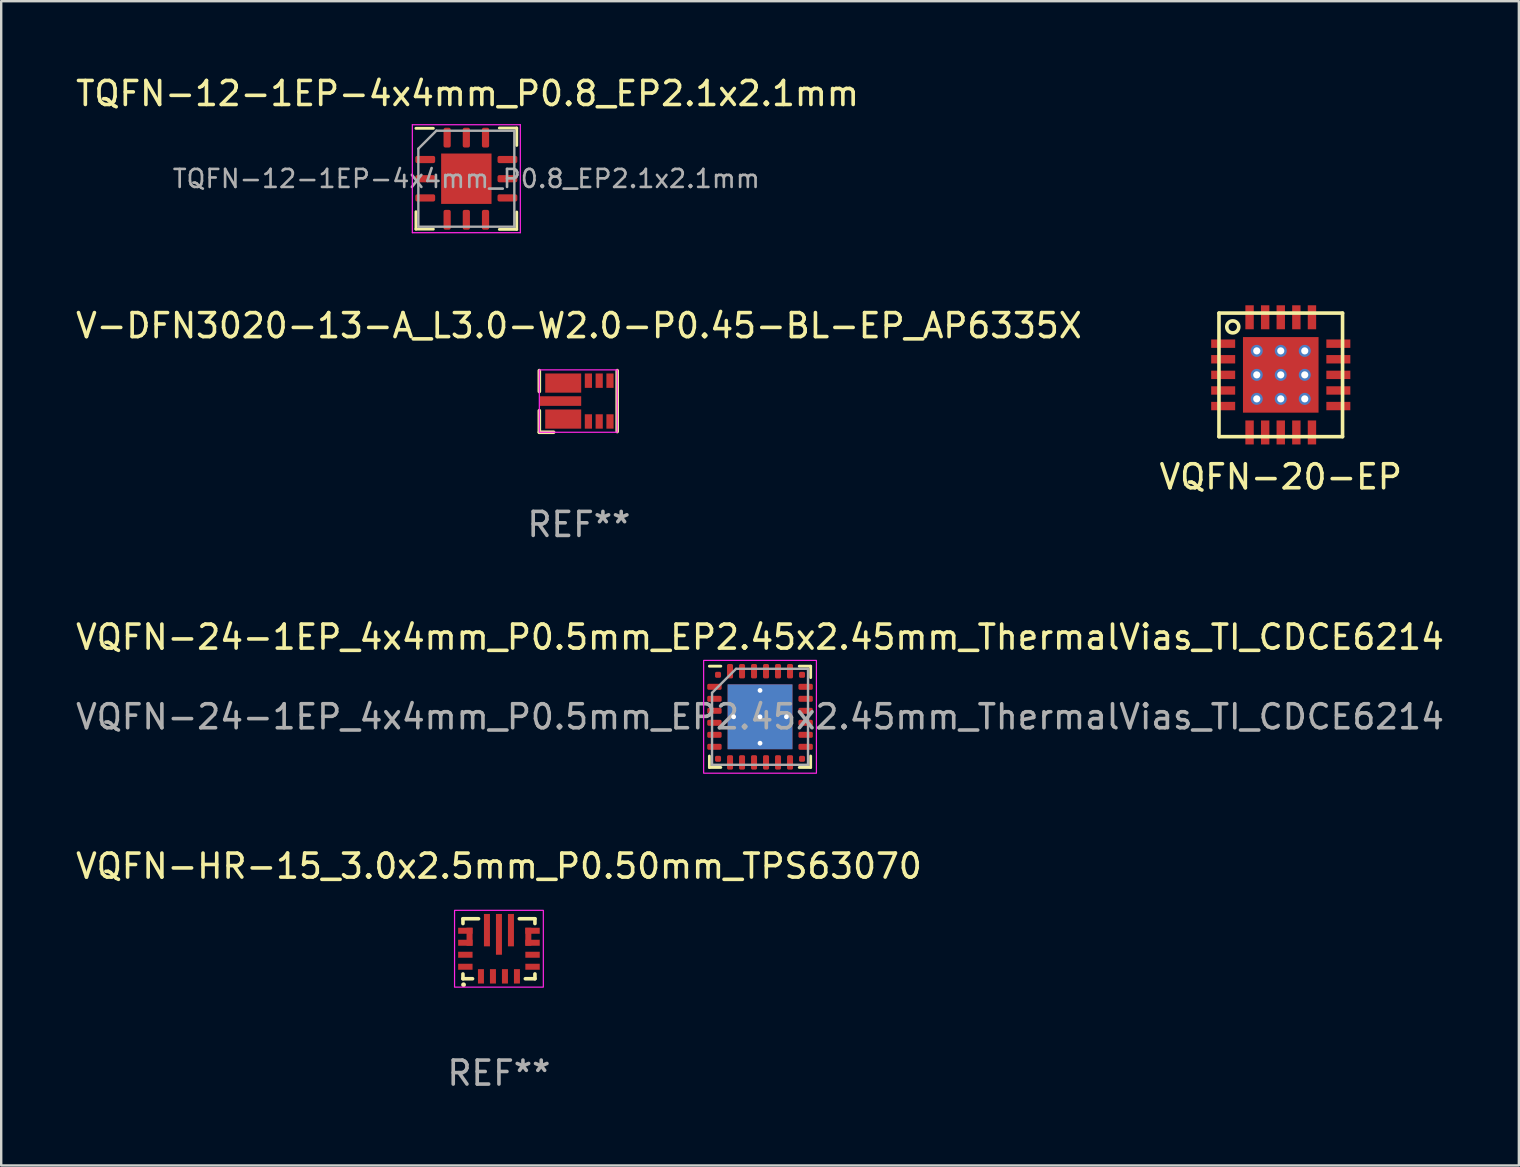
<source format=kicad_pcb>
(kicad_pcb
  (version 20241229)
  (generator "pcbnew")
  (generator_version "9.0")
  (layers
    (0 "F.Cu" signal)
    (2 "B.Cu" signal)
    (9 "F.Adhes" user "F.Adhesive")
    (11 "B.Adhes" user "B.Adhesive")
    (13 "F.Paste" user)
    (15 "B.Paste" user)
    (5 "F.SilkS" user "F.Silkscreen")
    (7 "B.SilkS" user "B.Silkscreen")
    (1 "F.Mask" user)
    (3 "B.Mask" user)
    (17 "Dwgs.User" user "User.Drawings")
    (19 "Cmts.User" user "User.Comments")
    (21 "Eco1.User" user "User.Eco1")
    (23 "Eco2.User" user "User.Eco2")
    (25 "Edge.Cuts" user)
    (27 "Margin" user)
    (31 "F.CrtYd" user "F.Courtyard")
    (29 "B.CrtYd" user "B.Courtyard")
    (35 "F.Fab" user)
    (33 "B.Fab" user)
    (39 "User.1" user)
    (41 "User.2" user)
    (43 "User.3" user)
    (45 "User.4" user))
  (footprint "V-DFN3020-13-A_L3.0-W2.0-P0.45-BL-EP_AP6335X"
    (layer "F.Cu")
    (at 21.322 13.665)
    (property "Reference" "V-DFN3020-13-A_L3.0-W2.0-P0.45-BL-EP_AP6335X" (at -0.245 -3.143 0) (layer "F.SilkS") (effects (font (size 1 1) (thickness 0.15))))
    (attr smd)
    (fp_line (start -1.895 -1.27) (end -1.895 -0.4) (stroke (width 0.15) (type solid)) (layer "F.SilkS"))
    (fp_line (start -1.895 0.4) (end -1.895 1.3) (stroke (width 0.15) (type solid)) (layer "F.SilkS"))
    (fp_line (start -1.3 1.3) (end -1.895 1.3) (stroke (width 0.15) (type solid)) (layer "F.SilkS"))
    (fp_line (start 1.35 -1.27) (end 1.35 1.27) (stroke (width 0.15) (type solid)) (layer "F.SilkS"))
    (fp_rect (start -1.895 -1.3) (end 1.35 1.3) (stroke (width 0.05) (type solid)) (fill no) (layer "F.CrtYd"))
    (fp_text user "REF**" (at -0.245 5.143 0) (layer "F.Fab") (effects (font (size 1 1) (thickness 0.15))))
    (pad "1" smd rect (at -0.9 0.75) (size 1.5 0.8) (layers "F.Cu" "F.Mask" "F.Paste"))
    (pad "2" smd rect (at 0.15 0.85) (size 0.3 0.6) (layers "F.Cu" "F.Mask" "F.Paste"))
    (pad "3" smd rect (at 0.6 0.85) (size 0.3 0.6) (layers "F.Cu" "F.Mask" "F.Paste"))
    (pad "4" smd rect (at 1.05 0.85) (size 0.3 0.6) (layers "F.Cu" "F.Mask" "F.Paste"))
    (pad "5" smd rect (at 1.05 -0.85) (size 0.3 0.6) (layers "F.Cu" "F.Mask" "F.Paste"))
    (pad "6" smd rect (at 0.6 -0.85) (size 0.3 0.6) (layers "F.Cu" "F.Mask" "F.Paste"))
    (pad "7" smd rect (at 0.15 -0.85) (size 0.3 0.6) (layers "F.Cu" "F.Mask" "F.Paste"))
    (pad "8" smd rect (at -0.9 -0.75) (size 1.5 0.8) (layers "F.Cu" "F.Mask" "F.Paste"))
    (pad "9" smd rect (at -1.015 0) (size 1.73 0.4) (layers "F.Cu" "F.Mask" "F.Paste")))
  (footprint "VQFN-HR-15_3.0x2.5mm_P0.50mm_TPS63070"
    (layer "F.Cu")
    (at 17.744 36.49)
    (property "Reference" "VQFN-HR-15_3.0x2.5mm_P0.50mm_TPS63070" (at -0.000025 -3.443 0) (layer "F.SilkS") (effects (font (size 1 1) (thickness 0.15))))
    (attr smd)
    (fp_line (start -1.5 -1.05) (end -1.5 -1.25) (stroke (width 0.15) (type solid)) (layer "F.SilkS"))
    (fp_line (start -1.5 1.05) (end -1.5 1.25) (stroke (width 0.15) (type solid)) (layer "F.SilkS"))
    (fp_line (start -1.5 1.25) (end -1.1 1.25) (stroke (width 0.15) (type solid)) (layer "F.SilkS"))
    (fp_line (start -0.85 -1.25) (end -1.5 -1.25) (stroke (width 0.15) (type solid)) (layer "F.SilkS"))
    (fp_line (start 1.1 1.25) (end 1.5 1.25) (stroke (width 0.15) (type solid)) (layer "F.SilkS"))
    (fp_line (start 1.5 -1.25) (end 0.85 -1.25) (stroke (width 0.15) (type solid)) (layer "F.SilkS"))
    (fp_line (start 1.5 -1.05) (end 1.5 -1.25) (stroke (width 0.15) (type solid)) (layer "F.SilkS"))
    (fp_line (start 1.5 1.25) (end 1.5 1.05) (stroke (width 0.15) (type solid)) (layer "F.SilkS"))
    (fp_circle (center -1.475 1.5) (end -1.425 1.5) (stroke (width 0.1) (type solid)) (fill no) (layer "F.SilkS"))
    (fp_rect (start -1.85 -1.6) (end 1.85 1.6) (stroke (width 0.05) (type solid)) (fill no) (layer "F.CrtYd"))
    (fp_text user "REF**" (at -0.000025 5.184 0) (layer "F.Fab") (effects (font (size 1 1) (thickness 0.15))))
    (pad "1" smd rect (at -0.75 1.15 180) (size 0.25 0.6) (layers "F.Cu" "F.Mask" "F.Paste"))
    (pad "2" smd rect (at -0.25 1.15 180) (size 0.25 0.6) (layers "F.Cu" "F.Mask" "F.Paste"))
    (pad "3" smd rect (at 0.25 1.15 180) (size 0.25 0.6) (layers "F.Cu" "F.Mask" "F.Paste"))
    (pad "4" smd rect (at 0.75 1.15 180) (size 0.25 0.6) (layers "F.Cu" "F.Mask" "F.Paste"))
    (pad "5" smd rect (at 1.4 0.75 270) (size 0.25 0.6) (layers "F.Cu" "F.Mask" "F.Paste"))
    (pad "6" smd rect (at 1.4 0.25 270) (size 0.25 0.6) (layers "F.Cu" "F.Mask" "F.Paste"))
    (pad "7" smd rect (at 1.4 -0.25 270) (size 0.25 0.6) (layers "F.Cu" "F.Mask" "F.Paste"))
    (pad "8" smd rect (at 1.225 -0.5 90) (size 0.75 0.25) (layers "F.Cu" "F.Mask" "F.Paste"))
    (pad "8" smd rect (at 1.4 -0.75 270) (size 0.25 0.6) (layers "F.Cu" "F.Mask" "F.Paste"))
    (pad "9" smd rect (at 0.5 -0.775) (size 0.25 1.35) (layers "F.Cu" "F.Mask" "F.Paste"))
    (pad "10" smd rect (at 0 -0.6) (size 0.25 1.7) (layers "F.Cu" "F.Mask" "F.Paste"))
    (pad "11" smd rect (at -0.5 -0.775) (size 0.25 1.35) (layers "F.Cu" "F.Mask" "F.Paste"))
    (pad "12" smd rect (at -1.4 -0.75 90) (size 0.25 0.6) (layers "F.Cu" "F.Mask" "F.Paste"))
    (pad "12" smd rect (at -1.225 -0.5 90) (size 0.75 0.25) (layers "F.Cu" "F.Mask" "F.Paste"))
    (pad "13" smd rect (at -1.4 -0.25 90) (size 0.25 0.6) (layers "F.Cu" "F.Mask" "F.Paste"))
    (pad "14" smd rect (at -1.4 0.25 90) (size 0.25 0.6) (layers "F.Cu" "F.Mask" "F.Paste"))
    (pad "15" smd rect (at -1.4 0.75 90) (size 0.25 0.6) (layers "F.Cu" "F.Mask" "F.Paste")))
  (footprint "VQFN-20-EP"
    (layer "F.Cu")
    (at 50.327 12.573)
    (property "Reference" "VQFN-20-EP" (at 0 4.25 0) (layer "F.SilkS") (effects (font (size 1 1) (thickness 0.15))))
    (attr smd)
    (fp_line (start -2.575 -2.575) (end -2.575 2.575) (stroke (width 0.15) (type solid)) (layer "F.SilkS"))
    (fp_line (start -2.575 -2.575) (end 2.575 -2.575) (stroke (width 0.15) (type solid)) (layer "F.SilkS"))
    (fp_line (start -2.575 2.575) (end 2.575 2.575) (stroke (width 0.15) (type solid)) (layer "F.SilkS"))
    (fp_line (start 2.575 -2.575) (end 2.575 2.575) (stroke (width 0.15) (type solid)) (layer "F.SilkS"))
    (fp_circle (center -2 -2) (end -1.75 -2) (stroke (width 0.15) (type solid)) (fill no) (layer "F.SilkS"))
    (pad "1" smd rect (at -2.4 -1.3) (size 1 0.35) (layers "F.Cu" "F.Mask" "F.Paste"))
    (pad "2" smd rect (at -2.4 -0.65) (size 1 0.35) (layers "F.Cu" "F.Mask" "F.Paste"))
    (pad "3" smd rect (at -2.4 0) (size 1 0.35) (layers "F.Cu" "F.Mask" "F.Paste"))
    (pad "4" smd rect (at -2.4 0.65) (size 1 0.35) (layers "F.Cu" "F.Mask" "F.Paste"))
    (pad "5" smd rect (at -2.4 1.3) (size 1 0.35) (layers "F.Cu" "F.Mask" "F.Paste"))
    (pad "6" smd rect (at -1.3 2.4 90) (size 1 0.35) (layers "F.Cu" "F.Mask" "F.Paste"))
    (pad "7" smd rect (at -0.65 2.4 90) (size 1 0.35) (layers "F.Cu" "F.Mask" "F.Paste"))
    (pad "8" smd rect (at 0 2.4 90) (size 1 0.35) (layers "F.Cu" "F.Mask" "F.Paste"))
    (pad "9" smd rect (at 0.65 2.4 90) (size 1 0.35) (layers "F.Cu" "F.Mask" "F.Paste"))
    (pad "10" smd rect (at 1.3 2.4 90) (size 1 0.35) (layers "F.Cu" "F.Mask" "F.Paste"))
    (pad "11" smd rect (at 2.4 1.3) (size 1 0.35) (layers "F.Cu" "F.Mask" "F.Paste"))
    (pad "12" smd rect (at 2.4 0.65) (size 1 0.35) (layers "F.Cu" "F.Mask" "F.Paste"))
    (pad "13" smd rect (at 2.4 0) (size 1 0.35) (layers "F.Cu" "F.Mask" "F.Paste"))
    (pad "14" smd rect (at 2.4 -0.65) (size 1 0.35) (layers "F.Cu" "F.Mask" "F.Paste"))
    (pad "15" smd rect (at 2.4 -1.3) (size 1 0.35) (layers "F.Cu" "F.Mask" "F.Paste"))
    (pad "16" smd rect (at 1.3 -2.4 90) (size 1 0.35) (layers "F.Cu" "F.Mask" "F.Paste"))
    (pad "17" smd rect (at 0.65 -2.4 90) (size 1 0.35) (layers "F.Cu" "F.Mask" "F.Paste"))
    (pad "18" smd rect (at 0 -2.4 90) (size 1 0.35) (layers "F.Cu" "F.Mask" "F.Paste"))
    (pad "19" smd rect (at -0.65 -2.4 90) (size 1 0.35) (layers "F.Cu" "F.Mask" "F.Paste"))
    (pad "20" smd rect (at -1.3 -2.4 90) (size 1 0.35) (layers "F.Cu" "F.Mask" "F.Paste"))
    (pad "21" thru_hole circle (at -1 -1) (size 0.5 0.5) (drill 0.3) (layers "*.Cu" "*.Mask"))
    (pad "21" thru_hole circle (at -1 0) (size 0.5 0.5) (drill 0.3) (layers "*.Cu" "*.Mask"))
    (pad "21" thru_hole circle (at -1 1) (size 0.5 0.5) (drill 0.3) (layers "*.Cu" "*.Mask"))
    (pad "21" thru_hole circle (at 0 -1) (size 0.5 0.5) (drill 0.3) (layers "*.Cu" "*.Mask"))
    (pad "21" thru_hole circle (at 0 0) (size 0.5 0.5) (drill 0.3) (layers "*.Cu" "*.Mask"))
    (pad "21" smd rect (at 0 0) (size 3.15 3.15) (layers "F.Cu" "F.Mask" "F.Paste"))
    (pad "21" thru_hole circle (at 0 1) (size 0.5 0.5) (drill 0.3) (layers "*.Cu" "*.Mask"))
    (pad "21" thru_hole circle (at 1 -1) (size 0.5 0.5) (drill 0.3) (layers "*.Cu" "*.Mask"))
    (pad "21" thru_hole circle (at 1 0) (size 0.5 0.5) (drill 0.3) (layers "*.Cu" "*.Mask"))
    (pad "21" thru_hole circle (at 1 1) (size 0.5 0.5) (drill 0.3) (layers "*.Cu" "*.Mask")))
  (footprint "VQFN-24-1EP_4x4mm_P0.5mm_EP2.45x2.45mm_ThermalVias_TI_CDCE6214"
    (layer "F.Cu")
    (at 28.625 26.824)
    (property "Reference" "VQFN-24-1EP_4x4mm_P0.5mm_EP2.45x2.45mm_ThermalVias_TI_CDCE6214" (at 0 -3.32 0) (layer "F.SilkS") (effects (font (size 1 1) (thickness 0.15))))
    (attr smd)
    (fp_line (start -2.11 2.11) (end -2.11 1.635) (stroke (width 0.12) (type solid)) (layer "F.SilkS"))
    (fp_line (start -1.635 -2.11) (end -2.11 -2.11) (stroke (width 0.12) (type solid)) (layer "F.SilkS"))
    (fp_line (start -1.635 2.11) (end -2.11 2.11) (stroke (width 0.12) (type solid)) (layer "F.SilkS"))
    (fp_line (start 1.635 -2.11) (end 2.11 -2.11) (stroke (width 0.12) (type solid)) (layer "F.SilkS"))
    (fp_line (start 1.635 2.11) (end 2.11 2.11) (stroke (width 0.12) (type solid)) (layer "F.SilkS"))
    (fp_line (start 2.11 -2.11) (end 2.11 -1.635) (stroke (width 0.12) (type solid)) (layer "F.SilkS"))
    (fp_line (start 2.11 2.11) (end 2.11 1.635) (stroke (width 0.12) (type solid)) (layer "F.SilkS"))
    (fp_rect (start -2.35 -2.35) (end 2.35 2.35) (stroke (width 0.05) (type solid)) (fill no) (layer "F.CrtYd"))
    (fp_line (start -2 -1) (end -1 -2) (stroke (width 0.1) (type solid)) (layer "F.Fab"))
    (fp_line (start -2 2) (end -2 -1) (stroke (width 0.1) (type solid)) (layer "F.Fab"))
    (fp_line (start -1 -2) (end 2 -2) (stroke (width 0.1) (type solid)) (layer "F.Fab"))
    (fp_line (start 2 -2) (end 2 2) (stroke (width 0.1) (type solid)) (layer "F.Fab"))
    (fp_line (start 2 2) (end -2 2) (stroke (width 0.1) (type solid)) (layer "F.Fab"))
    (fp_text user "${REFERENCE}" (at 0 0 0) (layer "F.Fab") (effects (font (size 1 1) (thickness 0.15))))
    (pad "" smd custom (at -0.487 -0.487) (size 0.756 0.756) (layers "F.Paste") (options (anchor circle)) (primitives (gr_poly (pts (xy 0.301 -0.175) (xy 0.301 0.175) (xy 0.175 0.301) (xy -0.175 0.301) (xy -0.301 0.175) (xy -0.301 -0.175) (xy -0.175 -0.301) (xy 0.175 -0.301)) (width 0.306) (fill yes))))
    (pad "" smd custom (at -0.487 0.487) (size 0.756 0.756) (layers "F.Paste") (options (anchor circle)) (primitives (gr_poly (pts (xy 0.301 -0.175) (xy 0.301 0.175) (xy 0.175 0.301) (xy -0.175 0.301) (xy -0.301 0.175) (xy -0.301 -0.175) (xy -0.175 -0.301) (xy 0.175 -0.301)) (width 0.306) (fill yes))))
    (pad "" smd custom (at 0.487 -0.487) (size 0.756 0.756) (layers "F.Paste") (options (anchor circle)) (primitives (gr_poly (pts (xy 0.301 -0.175) (xy 0.301 0.175) (xy 0.175 0.301) (xy -0.175 0.301) (xy -0.301 0.175) (xy -0.301 -0.175) (xy -0.175 -0.301) (xy 0.175 -0.301)) (width 0.306) (fill yes))))
    (pad "" smd custom (at 0.487 0.487) (size 0.756 0.756) (layers "F.Paste") (options (anchor circle)) (primitives (gr_poly (pts (xy 0.301 -0.175) (xy 0.301 0.175) (xy 0.175 0.301) (xy -0.175 0.301) (xy -0.301 0.175) (xy -0.301 -0.175) (xy -0.175 -0.301) (xy 0.175 -0.301)) (width 0.306) (fill yes))))
    (pad "1" smd roundrect (at -1.9 -1.25) (size 0.6 0.25) (layers "F.Cu" "F.Mask" "F.Paste") (roundrect_rratio 0.25))
    (pad "2" smd roundrect (at -1.9 -0.75) (size 0.6 0.25) (layers "F.Cu" "F.Mask" "F.Paste") (roundrect_rratio 0.25))
    (pad "3" smd roundrect (at -1.9 -0.25) (size 0.6 0.25) (layers "F.Cu" "F.Mask" "F.Paste") (roundrect_rratio 0.25))
    (pad "4" smd roundrect (at -1.9 0.25) (size 0.6 0.25) (layers "F.Cu" "F.Mask" "F.Paste") (roundrect_rratio 0.25))
    (pad "5" smd roundrect (at -1.9 0.75) (size 0.6 0.25) (layers "F.Cu" "F.Mask" "F.Paste") (roundrect_rratio 0.25))
    (pad "6" smd roundrect (at -1.9 1.25) (size 0.6 0.25) (layers "F.Cu" "F.Mask" "F.Paste") (roundrect_rratio 0.25))
    (pad "7" smd roundrect (at -1.25 1.9) (size 0.25 0.6) (layers "F.Cu" "F.Mask" "F.Paste") (roundrect_rratio 0.25))
    (pad "8" smd roundrect (at -0.75 1.9) (size 0.25 0.6) (layers "F.Cu" "F.Mask" "F.Paste") (roundrect_rratio 0.25))
    (pad "9" smd roundrect (at -0.25 1.9) (size 0.25 0.6) (layers "F.Cu" "F.Mask" "F.Paste") (roundrect_rratio 0.25))
    (pad "10" smd roundrect (at 0.25 1.9) (size 0.25 0.6) (layers "F.Cu" "F.Mask" "F.Paste") (roundrect_rratio 0.25))
    (pad "11" smd roundrect (at 0.75 1.9) (size 0.25 0.6) (layers "F.Cu" "F.Mask" "F.Paste") (roundrect_rratio 0.25))
    (pad "12" smd roundrect (at 1.25 1.9) (size 0.25 0.6) (layers "F.Cu" "F.Mask" "F.Paste") (roundrect_rratio 0.25))
    (pad "13" smd roundrect (at 1.9 1.25) (size 0.6 0.25) (layers "F.Cu" "F.Mask" "F.Paste") (roundrect_rratio 0.25))
    (pad "14" smd roundrect (at 1.9 0.75) (size 0.6 0.25) (layers "F.Cu" "F.Mask" "F.Paste") (roundrect_rratio 0.25))
    (pad "15" smd roundrect (at 1.9 0.25) (size 0.6 0.25) (layers "F.Cu" "F.Mask" "F.Paste") (roundrect_rratio 0.25))
    (pad "16" smd roundrect (at 1.9 -0.25) (size 0.6 0.25) (layers "F.Cu" "F.Mask" "F.Paste") (roundrect_rratio 0.25))
    (pad "17" smd roundrect (at 1.9 -0.75) (size 0.6 0.25) (layers "F.Cu" "F.Mask" "F.Paste") (roundrect_rratio 0.25))
    (pad "18" smd roundrect (at 1.9 -1.25) (size 0.6 0.25) (layers "F.Cu" "F.Mask" "F.Paste") (roundrect_rratio 0.25))
    (pad "19" smd roundrect (at 1.25 -1.9) (size 0.25 0.6) (layers "F.Cu" "F.Mask" "F.Paste") (roundrect_rratio 0.25))
    (pad "20" smd roundrect (at 0.75 -1.9) (size 0.25 0.6) (layers "F.Cu" "F.Mask" "F.Paste") (roundrect_rratio 0.25))
    (pad "21" smd roundrect (at 0.25 -1.9) (size 0.25 0.6) (layers "F.Cu" "F.Mask" "F.Paste") (roundrect_rratio 0.25))
    (pad "22" smd roundrect (at -0.25 -1.9) (size 0.25 0.6) (layers "F.Cu" "F.Mask" "F.Paste") (roundrect_rratio 0.25))
    (pad "23" smd roundrect (at -0.75 -1.9) (size 0.25 0.6) (layers "F.Cu" "F.Mask" "F.Paste") (roundrect_rratio 0.25))
    (pad "24" smd roundrect (at -1.25 -1.9) (size 0.25 0.6) (layers "F.Cu" "F.Mask" "F.Paste") (roundrect_rratio 0.25))
    (pad "25" thru_hole circle (at -1.1 0) (size 0.4 0.4) (drill 0.2) (layers "*.Cu"))
    (pad "25" thru_hole circle (at 0 -1.1) (size 0.4 0.4) (drill 0.2) (layers "*.Cu"))
    (pad "25" thru_hole circle (at 0 0) (size 0.4 0.4) (drill 0.2) (layers "*.Cu"))
    (pad "25" smd rect (at 0 0) (size 2.7 2.7) (layers "F.Cu" "F.Mask"))
    (pad "25" smd rect (at 0 0) (size 2.7 2.7) (layers "B.Cu"))
    (pad "25" thru_hole circle (at 0 1.1) (size 0.4 0.4) (drill 0.2) (layers "*.Cu"))
    (pad "25" thru_hole circle (at 1.1 0) (size 0.4 0.4) (drill 0.2) (layers "*.Cu"))
    (pad "A1" smd roundrect (at -1.75 -1.75) (size 0.25 0.25) (layers "F.Cu" "F.Mask" "F.Paste") (roundrect_rratio 0.25))
    (pad "A2" smd roundrect (at -1.75 1.75) (size 0.25 0.25) (layers "F.Cu" "F.Mask" "F.Paste") (roundrect_rratio 0.25))
    (pad "A3" smd roundrect (at 1.75 1.75) (size 0.25 0.25) (layers "F.Cu" "F.Mask" "F.Paste") (roundrect_rratio 0.25))
    (pad "A4" smd roundrect (at 1.75 -1.75) (size 0.25 0.25) (layers "F.Cu" "F.Mask" "F.Paste") (roundrect_rratio 0.25)))
  (footprint "TQFN-12-1EP-4x4mm_P0.8_EP2.1x2.1mm"
    (layer "F.Cu")
    (at 16.385 4.398)
    (property "Reference" "TQFN-12-1EP-4x4mm_P0.8_EP2.1x2.1mm" (at 0.05 -3.55 0) (unlocked yes) (layer "F.SilkS") (effects (font (size 1 1) (thickness 0.15))))
    (attr smd)
    (fp_line (start -2.1 2.1) (end -2.1 1.375) (stroke (width 0.12) (type solid)) (layer "F.SilkS"))
    (fp_line (start -1.375 -2.1) (end -2.1 -2.1) (stroke (width 0.12) (type solid)) (layer "F.SilkS"))
    (fp_line (start -1.375 2.1) (end -2.1 2.1) (stroke (width 0.12) (type solid)) (layer "F.SilkS"))
    (fp_line (start 1.375 -2.112) (end 2.1 -2.112) (stroke (width 0.12) (type solid)) (layer "F.SilkS"))
    (fp_line (start 1.375 2.112) (end 2.1 2.112) (stroke (width 0.12) (type solid)) (layer "F.SilkS"))
    (fp_line (start 2.1 -2.112) (end 2.1 -1.387) (stroke (width 0.12) (type solid)) (layer "F.SilkS"))
    (fp_line (start 2.1 2.112) (end 2.1 1.387) (stroke (width 0.12) (type solid)) (layer "F.SilkS"))
    (fp_line (start -2.25 -2.25) (end -2.25 2.25) (stroke (width 0.05) (type solid)) (layer "F.CrtYd"))
    (fp_line (start -2.25 2.25) (end 2.25 2.25) (stroke (width 0.05) (type solid)) (layer "F.CrtYd"))
    (fp_line (start 2.25 -2.25) (end -2.25 -2.25) (stroke (width 0.05) (type solid)) (layer "F.CrtYd"))
    (fp_line (start 2.25 2.25) (end 2.25 -2.25) (stroke (width 0.05) (type solid)) (layer "F.CrtYd"))
    (fp_line (start -2 -1.25) (end -1.25 -2) (stroke (width 0.1) (type solid)) (layer "F.Fab"))
    (fp_line (start -2 2) (end -2 -1.25) (stroke (width 0.1) (type solid)) (layer "F.Fab"))
    (fp_line (start -1.25 -2) (end 2 -2) (stroke (width 0.1) (type solid)) (layer "F.Fab"))
    (fp_line (start 2 -2) (end 2 2) (stroke (width 0.1) (type solid)) (layer "F.Fab"))
    (fp_line (start 2 2) (end -2 2) (stroke (width 0.1) (type solid)) (layer "F.Fab"))
    (fp_text user "${REFERENCE}" (at 0 0 0) (layer "F.Fab") (effects (font (size 0.75 0.75) (thickness 0.11))))
    (pad "1" smd roundrect (at -1.712 -0.8) (size 0.825 0.3) (layers "F.Cu" "F.Mask" "F.Paste") (roundrect_rratio 0.25))
    (pad "2" smd roundrect (at -1.712 0) (size 0.825 0.3) (layers "F.Cu" "F.Mask" "F.Paste") (roundrect_rratio 0.25))
    (pad "3" smd roundrect (at -1.712 0.8) (size 0.825 0.3) (layers "F.Cu" "F.Mask" "F.Paste") (roundrect_rratio 0.25))
    (pad "4" smd roundrect (at -0.8 1.712) (size 0.3 0.825) (layers "F.Cu" "F.Mask" "F.Paste") (roundrect_rratio 0.25))
    (pad "5" smd roundrect (at 0 1.712) (size 0.3 0.825) (layers "F.Cu" "F.Mask" "F.Paste") (roundrect_rratio 0.25))
    (pad "6" smd roundrect (at 0.8 1.712) (size 0.3 0.825) (layers "F.Cu" "F.Mask" "F.Paste") (roundrect_rratio 0.25))
    (pad "7" smd roundrect (at 1.712 0.8) (size 0.825 0.3) (layers "F.Cu" "F.Mask" "F.Paste") (roundrect_rratio 0.25))
    (pad "8" smd roundrect (at 1.712 0) (size 0.825 0.3) (layers "F.Cu" "F.Mask" "F.Paste") (roundrect_rratio 0.25))
    (pad "9" smd roundrect (at 1.712 -0.8) (size 0.825 0.3) (layers "F.Cu" "F.Mask" "F.Paste") (roundrect_rratio 0.25))
    (pad "10" smd roundrect (at 0.8 -1.712) (size 0.3 0.825) (layers "F.Cu" "F.Mask" "F.Paste") (roundrect_rratio 0.25))
    (pad "11" smd roundrect (at 0 -1.712) (size 0.3 0.825) (layers "F.Cu" "F.Mask" "F.Paste") (roundrect_rratio 0.25))
    (pad "12" smd roundrect (at -0.8 -1.712) (size 0.3 0.825) (layers "F.Cu" "F.Mask" "F.Paste") (roundrect_rratio 0.25))
    (pad "13" smd rect (at 0 0) (size 2.1 2.1) (layers "F.Cu" "F.Mask")))
  (gr_rect
    (start -3 -3)
    (end 60.25 45.523)
    (stroke (width 0.1) (type default))
    (fill no)
    (layer "Edge.Cuts")))
</source>
